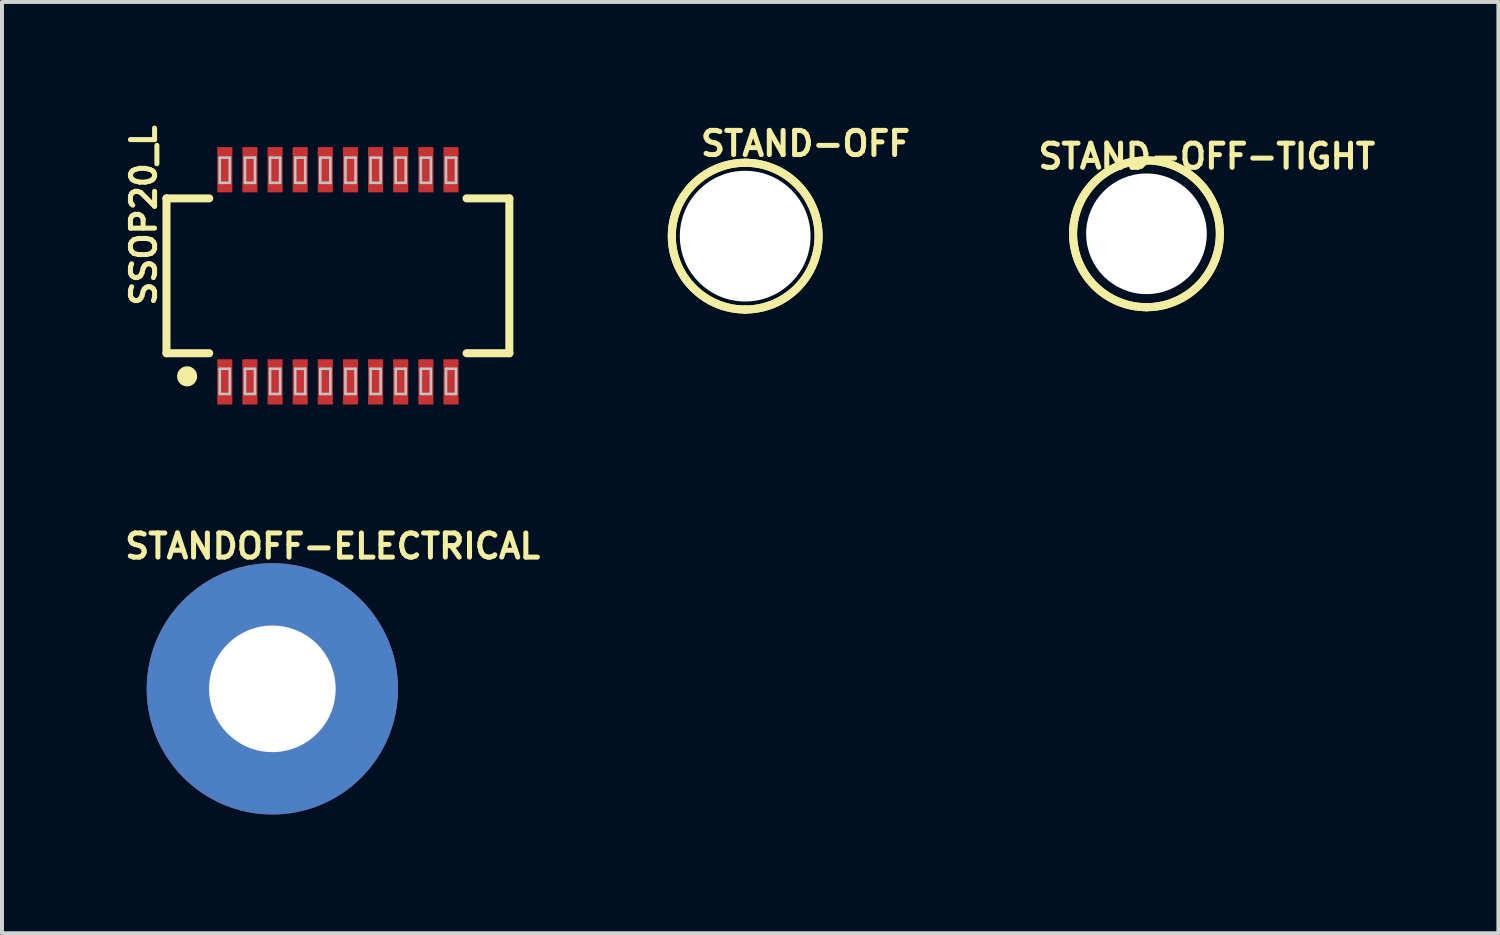
<source format=kicad_pcb>
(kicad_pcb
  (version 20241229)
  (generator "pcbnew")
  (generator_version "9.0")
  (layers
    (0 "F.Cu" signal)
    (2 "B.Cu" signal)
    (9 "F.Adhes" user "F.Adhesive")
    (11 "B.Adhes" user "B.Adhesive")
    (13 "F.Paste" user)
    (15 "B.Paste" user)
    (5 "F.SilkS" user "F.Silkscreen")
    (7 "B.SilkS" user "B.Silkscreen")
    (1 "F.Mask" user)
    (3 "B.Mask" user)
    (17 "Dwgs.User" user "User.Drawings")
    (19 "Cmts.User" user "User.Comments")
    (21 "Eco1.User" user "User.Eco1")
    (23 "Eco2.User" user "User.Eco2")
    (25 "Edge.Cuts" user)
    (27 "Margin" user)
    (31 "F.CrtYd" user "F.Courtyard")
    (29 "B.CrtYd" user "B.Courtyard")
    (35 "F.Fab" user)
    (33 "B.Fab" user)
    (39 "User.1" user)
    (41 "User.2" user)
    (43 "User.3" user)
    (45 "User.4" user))
  (footprint "STAND-OFF-TIGHT"
    (layer "F.Cu")
    (at 25.915 2.857)
    (property "Reference" "STAND-OFF-TIGHT" (at 1.524 -1.956 0) (layer "F.SilkS") (effects (font (size 0.61 0.61) (thickness 0.127))))
    (attr exclude_from_pos_files exclude_from_bom)
    (fp_arc (start 0 -1.8542) (mid 1.8542 0) (end 0 1.8542) (stroke (width 0.2032) (type solid)) (layer "F.SilkS"))
    (fp_arc (start 0 -1.8542) (mid 1.8542 0) (end 0 1.8542) (stroke (width 0.2032) (type solid)) (layer "F.SilkS"))
    (fp_arc (start 0 1.8542) (mid -1.8542 0) (end 0 -1.8542) (stroke (width 0.2032) (type solid)) (layer "F.SilkS"))
    (fp_arc (start 0 1.8542) (mid -1.8542 0) (end 0 -1.8542) (stroke (width 0.2032) (type solid)) (layer "F.SilkS"))
    (fp_circle (center 0 0) (end 0 -2.794) (stroke (width 0.127) (type solid)) (fill no) (layer "Eco2.User"))
    (pad "" np_thru_hole circle (at 0 0) (size 3.048 3.048) (drill 3.048) (layers "*.Cu" "*.Mask")))
  (footprint "STANDOFF-ELECTRICAL"
    (layer "F.Cu")
    (at 3.831 14.353)
    (property "Reference" "STANDOFF-ELECTRICAL" (at 1.524 -3.604 0) (layer "F.SilkS") (effects (font (size 0.61 0.61) (thickness 0.127))))
    (attr exclude_from_pos_files exclude_from_bom)
    (pad "P1" thru_hole circle (at 0 0) (size 6.35 6.35) (drill 3.198) (layers "*.Cu" "*.Paste" "*.Mask")))
  (footprint "SSOP20_L"
    (layer "F.Cu")
    (at 5.487 3.918)
    (property "Reference" "SSOP20_L" (at -4.907 -1.524 90) (layer "F.SilkS") (effects (font (size 0.61 0.61) (thickness 0.127))))
    (attr smd)
    (fp_line (start -4.331 -1.956) (end -4.331 1.956) (stroke (width 0.203) (type solid)) (layer "F.SilkS"))
    (fp_line (start -4.331 -1.956) (end -3.251 -1.956) (stroke (width 0.203) (type solid)) (layer "F.SilkS"))
    (fp_line (start -4.331 1.956) (end -3.251 1.956) (stroke (width 0.203) (type solid)) (layer "F.SilkS"))
    (fp_line (start 3.251 -1.956) (end 4.331 -1.956) (stroke (width 0.203) (type solid)) (layer "F.SilkS"))
    (fp_line (start 3.251 1.956) (end 4.331 1.956) (stroke (width 0.203) (type solid)) (layer "F.SilkS"))
    (fp_line (start 4.331 1.956) (end 4.331 -1.956) (stroke (width 0.203) (type solid)) (layer "F.SilkS"))
    (fp_circle (center -3.81 2.54) (end -3.81 2.286) (stroke (width 0) (type solid)) (fill yes) (layer "F.SilkS"))
    (fp_line (start -2.985 -2.985) (end -2.731 -2.985) (stroke (width 0.066) (type solid)) (layer "Dwgs.User"))
    (fp_line (start -2.985 -2.349) (end -2.985 -2.985) (stroke (width 0.066) (type solid)) (layer "Dwgs.User"))
    (fp_line (start -2.985 -2.349) (end -2.731 -2.349) (stroke (width 0.066) (type solid)) (layer "Dwgs.User"))
    (fp_line (start -2.985 2.349) (end -2.731 2.349) (stroke (width 0.066) (type solid)) (layer "Dwgs.User"))
    (fp_line (start -2.985 2.985) (end -2.985 2.349) (stroke (width 0.066) (type solid)) (layer "Dwgs.User"))
    (fp_line (start -2.985 2.985) (end -2.731 2.985) (stroke (width 0.066) (type solid)) (layer "Dwgs.User"))
    (fp_line (start -2.731 -2.349) (end -2.731 -2.985) (stroke (width 0.066) (type solid)) (layer "Dwgs.User"))
    (fp_line (start -2.731 2.985) (end -2.731 2.349) (stroke (width 0.066) (type solid)) (layer "Dwgs.User"))
    (fp_line (start -2.349 -2.985) (end -2.095 -2.985) (stroke (width 0.066) (type solid)) (layer "Dwgs.User"))
    (fp_line (start -2.349 -2.349) (end -2.349 -2.985) (stroke (width 0.066) (type solid)) (layer "Dwgs.User"))
    (fp_line (start -2.349 -2.349) (end -2.095 -2.349) (stroke (width 0.066) (type solid)) (layer "Dwgs.User"))
    (fp_line (start -2.349 2.349) (end -2.095 2.349) (stroke (width 0.066) (type solid)) (layer "Dwgs.User"))
    (fp_line (start -2.349 2.985) (end -2.349 2.349) (stroke (width 0.066) (type solid)) (layer "Dwgs.User"))
    (fp_line (start -2.349 2.985) (end -2.095 2.985) (stroke (width 0.066) (type solid)) (layer "Dwgs.User"))
    (fp_line (start -2.095 -2.349) (end -2.095 -2.985) (stroke (width 0.066) (type solid)) (layer "Dwgs.User"))
    (fp_line (start -2.095 2.985) (end -2.095 2.349) (stroke (width 0.066) (type solid)) (layer "Dwgs.User"))
    (fp_line (start -1.714 -2.985) (end -1.46 -2.985) (stroke (width 0.066) (type solid)) (layer "Dwgs.User"))
    (fp_line (start -1.714 -2.349) (end -1.714 -2.985) (stroke (width 0.066) (type solid)) (layer "Dwgs.User"))
    (fp_line (start -1.714 -2.349) (end -1.46 -2.349) (stroke (width 0.066) (type solid)) (layer "Dwgs.User"))
    (fp_line (start -1.714 2.349) (end -1.46 2.349) (stroke (width 0.066) (type solid)) (layer "Dwgs.User"))
    (fp_line (start -1.714 2.985) (end -1.714 2.349) (stroke (width 0.066) (type solid)) (layer "Dwgs.User"))
    (fp_line (start -1.714 2.985) (end -1.46 2.985) (stroke (width 0.066) (type solid)) (layer "Dwgs.User"))
    (fp_line (start -1.46 -2.349) (end -1.46 -2.985) (stroke (width 0.066) (type solid)) (layer "Dwgs.User"))
    (fp_line (start -1.46 2.985) (end -1.46 2.349) (stroke (width 0.066) (type solid)) (layer "Dwgs.User"))
    (fp_line (start -1.079 -2.985) (end -0.826 -2.985) (stroke (width 0.066) (type solid)) (layer "Dwgs.User"))
    (fp_line (start -1.079 -2.349) (end -1.079 -2.985) (stroke (width 0.066) (type solid)) (layer "Dwgs.User"))
    (fp_line (start -1.079 -2.349) (end -0.826 -2.349) (stroke (width 0.066) (type solid)) (layer "Dwgs.User"))
    (fp_line (start -1.079 2.349) (end -0.826 2.349) (stroke (width 0.066) (type solid)) (layer "Dwgs.User"))
    (fp_line (start -1.079 2.985) (end -1.079 2.349) (stroke (width 0.066) (type solid)) (layer "Dwgs.User"))
    (fp_line (start -1.079 2.985) (end -0.826 2.985) (stroke (width 0.066) (type solid)) (layer "Dwgs.User"))
    (fp_line (start -0.826 -2.349) (end -0.826 -2.985) (stroke (width 0.066) (type solid)) (layer "Dwgs.User"))
    (fp_line (start -0.826 2.985) (end -0.826 2.349) (stroke (width 0.066) (type solid)) (layer "Dwgs.User"))
    (fp_line (start -0.445 -2.985) (end -0.191 -2.985) (stroke (width 0.066) (type solid)) (layer "Dwgs.User"))
    (fp_line (start -0.445 -2.349) (end -0.445 -2.985) (stroke (width 0.066) (type solid)) (layer "Dwgs.User"))
    (fp_line (start -0.445 -2.349) (end -0.191 -2.349) (stroke (width 0.066) (type solid)) (layer "Dwgs.User"))
    (fp_line (start -0.445 2.349) (end -0.191 2.349) (stroke (width 0.066) (type solid)) (layer "Dwgs.User"))
    (fp_line (start -0.445 2.985) (end -0.445 2.349) (stroke (width 0.066) (type solid)) (layer "Dwgs.User"))
    (fp_line (start -0.445 2.985) (end -0.191 2.985) (stroke (width 0.066) (type solid)) (layer "Dwgs.User"))
    (fp_line (start -0.191 -2.349) (end -0.191 -2.985) (stroke (width 0.066) (type solid)) (layer "Dwgs.User"))
    (fp_line (start -0.191 2.985) (end -0.191 2.349) (stroke (width 0.066) (type solid)) (layer "Dwgs.User"))
    (fp_line (start 0.191 -2.985) (end 0.445 -2.985) (stroke (width 0.066) (type solid)) (layer "Dwgs.User"))
    (fp_line (start 0.191 -2.349) (end 0.191 -2.985) (stroke (width 0.066) (type solid)) (layer "Dwgs.User"))
    (fp_line (start 0.191 -2.349) (end 0.445 -2.349) (stroke (width 0.066) (type solid)) (layer "Dwgs.User"))
    (fp_line (start 0.191 2.349) (end 0.445 2.349) (stroke (width 0.066) (type solid)) (layer "Dwgs.User"))
    (fp_line (start 0.191 2.985) (end 0.191 2.349) (stroke (width 0.066) (type solid)) (layer "Dwgs.User"))
    (fp_line (start 0.191 2.985) (end 0.445 2.985) (stroke (width 0.066) (type solid)) (layer "Dwgs.User"))
    (fp_line (start 0.445 -2.349) (end 0.445 -2.985) (stroke (width 0.066) (type solid)) (layer "Dwgs.User"))
    (fp_line (start 0.445 2.985) (end 0.445 2.349) (stroke (width 0.066) (type solid)) (layer "Dwgs.User"))
    (fp_line (start 0.826 -2.985) (end 1.079 -2.985) (stroke (width 0.066) (type solid)) (layer "Dwgs.User"))
    (fp_line (start 0.826 -2.349) (end 0.826 -2.985) (stroke (width 0.066) (type solid)) (layer "Dwgs.User"))
    (fp_line (start 0.826 -2.349) (end 1.079 -2.349) (stroke (width 0.066) (type solid)) (layer "Dwgs.User"))
    (fp_line (start 0.826 2.349) (end 1.079 2.349) (stroke (width 0.066) (type solid)) (layer "Dwgs.User"))
    (fp_line (start 0.826 2.985) (end 0.826 2.349) (stroke (width 0.066) (type solid)) (layer "Dwgs.User"))
    (fp_line (start 0.826 2.985) (end 1.079 2.985) (stroke (width 0.066) (type solid)) (layer "Dwgs.User"))
    (fp_line (start 1.079 -2.349) (end 1.079 -2.985) (stroke (width 0.066) (type solid)) (layer "Dwgs.User"))
    (fp_line (start 1.079 2.985) (end 1.079 2.349) (stroke (width 0.066) (type solid)) (layer "Dwgs.User"))
    (fp_line (start 1.46 -2.985) (end 1.714 -2.985) (stroke (width 0.066) (type solid)) (layer "Dwgs.User"))
    (fp_line (start 1.46 -2.349) (end 1.46 -2.985) (stroke (width 0.066) (type solid)) (layer "Dwgs.User"))
    (fp_line (start 1.46 -2.349) (end 1.714 -2.349) (stroke (width 0.066) (type solid)) (layer "Dwgs.User"))
    (fp_line (start 1.46 2.349) (end 1.714 2.349) (stroke (width 0.066) (type solid)) (layer "Dwgs.User"))
    (fp_line (start 1.46 2.985) (end 1.46 2.349) (stroke (width 0.066) (type solid)) (layer "Dwgs.User"))
    (fp_line (start 1.46 2.985) (end 1.714 2.985) (stroke (width 0.066) (type solid)) (layer "Dwgs.User"))
    (fp_line (start 1.714 -2.349) (end 1.714 -2.985) (stroke (width 0.066) (type solid)) (layer "Dwgs.User"))
    (fp_line (start 1.714 2.985) (end 1.714 2.349) (stroke (width 0.066) (type solid)) (layer "Dwgs.User"))
    (fp_line (start 2.095 -2.985) (end 2.349 -2.985) (stroke (width 0.066) (type solid)) (layer "Dwgs.User"))
    (fp_line (start 2.095 -2.349) (end 2.095 -2.985) (stroke (width 0.066) (type solid)) (layer "Dwgs.User"))
    (fp_line (start 2.095 -2.349) (end 2.349 -2.349) (stroke (width 0.066) (type solid)) (layer "Dwgs.User"))
    (fp_line (start 2.095 2.349) (end 2.349 2.349) (stroke (width 0.066) (type solid)) (layer "Dwgs.User"))
    (fp_line (start 2.095 2.985) (end 2.095 2.349) (stroke (width 0.066) (type solid)) (layer "Dwgs.User"))
    (fp_line (start 2.095 2.985) (end 2.349 2.985) (stroke (width 0.066) (type solid)) (layer "Dwgs.User"))
    (fp_line (start 2.349 -2.349) (end 2.349 -2.985) (stroke (width 0.066) (type solid)) (layer "Dwgs.User"))
    (fp_line (start 2.349 2.985) (end 2.349 2.349) (stroke (width 0.066) (type solid)) (layer "Dwgs.User"))
    (fp_line (start 2.731 -2.985) (end 2.985 -2.985) (stroke (width 0.066) (type solid)) (layer "Dwgs.User"))
    (fp_line (start 2.731 -2.349) (end 2.731 -2.985) (stroke (width 0.066) (type solid)) (layer "Dwgs.User"))
    (fp_line (start 2.731 -2.349) (end 2.985 -2.349) (stroke (width 0.066) (type solid)) (layer "Dwgs.User"))
    (fp_line (start 2.731 2.349) (end 2.985 2.349) (stroke (width 0.066) (type solid)) (layer "Dwgs.User"))
    (fp_line (start 2.731 2.985) (end 2.731 2.349) (stroke (width 0.066) (type solid)) (layer "Dwgs.User"))
    (fp_line (start 2.731 2.985) (end 2.985 2.985) (stroke (width 0.066) (type solid)) (layer "Dwgs.User"))
    (fp_line (start 2.985 -2.349) (end 2.985 -2.985) (stroke (width 0.066) (type solid)) (layer "Dwgs.User"))
    (fp_line (start 2.985 2.985) (end 2.985 2.349) (stroke (width 0.066) (type solid)) (layer "Dwgs.User"))
    (pad "1" smd rect (at -2.857 2.68 180) (size 0.381 1.143) (layers "F.Cu" "F.Mask" "F.Paste"))
    (pad "2" smd rect (at -2.223 2.68 180) (size 0.381 1.143) (layers "F.Cu" "F.Mask" "F.Paste"))
    (pad "3" smd rect (at -1.587 2.68 180) (size 0.381 1.143) (layers "F.Cu" "F.Mask" "F.Paste"))
    (pad "4" smd rect (at -0.953 2.68 180) (size 0.381 1.143) (layers "F.Cu" "F.Mask" "F.Paste"))
    (pad "5" smd rect (at -0.318 2.68 180) (size 0.381 1.143) (layers "F.Cu" "F.Mask" "F.Paste"))
    (pad "6" smd rect (at 0.318 2.68 180) (size 0.381 1.143) (layers "F.Cu" "F.Mask" "F.Paste"))
    (pad "7" smd rect (at 0.953 2.68 180) (size 0.381 1.143) (layers "F.Cu" "F.Mask" "F.Paste"))
    (pad "8" smd rect (at 1.587 2.68 180) (size 0.381 1.143) (layers "F.Cu" "F.Mask" "F.Paste"))
    (pad "9" smd rect (at 2.223 2.68 180) (size 0.381 1.143) (layers "F.Cu" "F.Mask" "F.Paste"))
    (pad "10" smd rect (at 2.857 2.68 180) (size 0.381 1.143) (layers "F.Cu" "F.Mask" "F.Paste"))
    (pad "11" smd rect (at 2.857 -2.68) (size 0.381 1.143) (layers "F.Cu" "F.Mask" "F.Paste"))
    (pad "12" smd rect (at 2.223 -2.68) (size 0.381 1.143) (layers "F.Cu" "F.Mask" "F.Paste"))
    (pad "13" smd rect (at 1.587 -2.68) (size 0.381 1.143) (layers "F.Cu" "F.Mask" "F.Paste"))
    (pad "14" smd rect (at 0.953 -2.68) (size 0.381 1.143) (layers "F.Cu" "F.Mask" "F.Paste"))
    (pad "15" smd rect (at 0.318 -2.68) (size 0.381 1.143) (layers "F.Cu" "F.Mask" "F.Paste"))
    (pad "16" smd rect (at -0.318 -2.68) (size 0.381 1.143) (layers "F.Cu" "F.Mask" "F.Paste"))
    (pad "17" smd rect (at -0.953 -2.68) (size 0.381 1.143) (layers "F.Cu" "F.Mask" "F.Paste"))
    (pad "18" smd rect (at -1.587 -2.68) (size 0.381 1.143) (layers "F.Cu" "F.Mask" "F.Paste"))
    (pad "19" smd rect (at -2.223 -2.68) (size 0.381 1.143) (layers "F.Cu" "F.Mask" "F.Paste"))
    (pad "20" smd rect (at -2.857 -2.68) (size 0.381 1.143) (layers "F.Cu" "F.Mask" "F.Paste")))
  (footprint "STAND-OFF"
    (layer "F.Cu")
    (at 15.777 2.916)
    (property "Reference" "STAND-OFF" (at 1.524 -2.337 0) (layer "F.SilkS") (effects (font (size 0.61 0.61) (thickness 0.127))))
    (attr exclude_from_pos_files exclude_from_bom)
    (fp_arc (start 0 -1.8542) (mid 1.8542 0) (end 0 1.8542) (stroke (width 0.2032) (type solid)) (layer "F.SilkS"))
    (fp_arc (start 0 -1.8542) (mid 1.8542 0) (end 0 1.8542) (stroke (width 0.2032) (type solid)) (layer "F.SilkS"))
    (fp_arc (start 0 1.8542) (mid -1.8542 0) (end 0 -1.8542) (stroke (width 0.2032) (type solid)) (layer "F.SilkS"))
    (fp_arc (start 0 1.8542) (mid -1.8542 0) (end 0 -1.8542) (stroke (width 0.2032) (type solid)) (layer "F.SilkS"))
    (fp_circle (center 0 0) (end 0 -2.794) (stroke (width 0.127) (type solid)) (fill no) (layer "Eco2.User"))
    (pad "" np_thru_hole circle (at 0 0) (size 3.302 3.302) (drill 3.302) (layers "*.Cu" "*.Mask")))
  (gr_rect
    (start -3 -3)
    (end 34.806 20.528)
    (stroke (width 0.1) (type default))
    (fill no)
    (layer "Edge.Cuts")))
</source>
